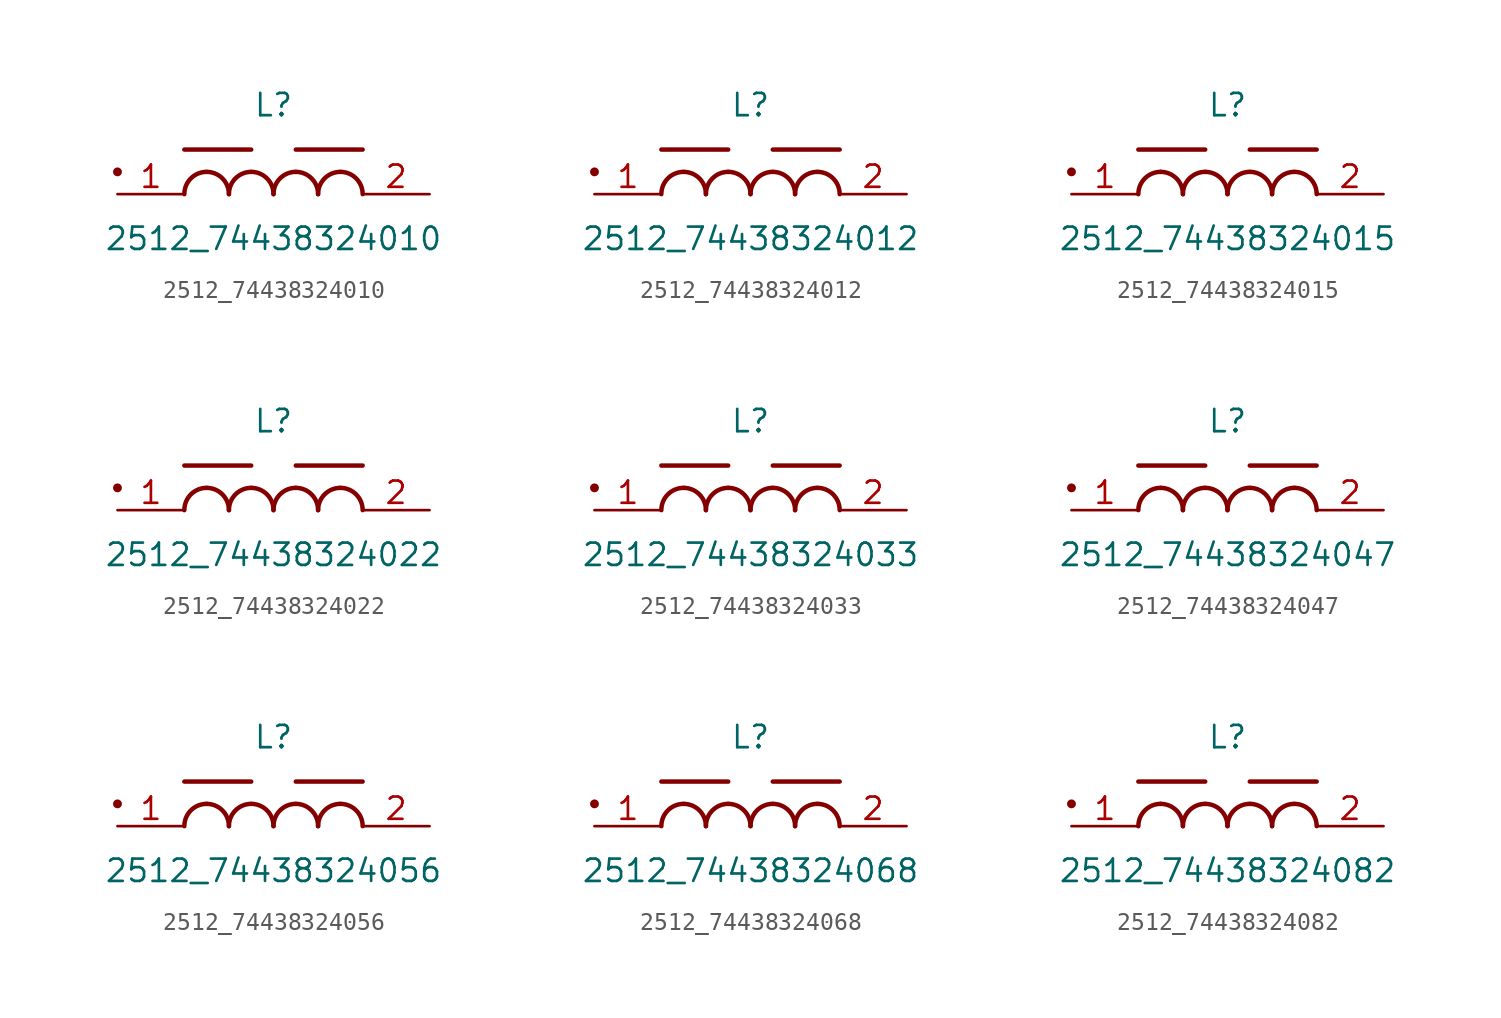
<source format=kicad_sym>
(kicad_symbol_lib
  (version 20211014)
  (generator kicad_symbol_editor)
  (symbol "Inductor_Wurth_WE-MAPI:2512_74438324010"
    (pin_names hide)
    (property "Reference" "L"
      (at 0 5.08 0)
      (effects (font (size 1.27 1.27))))
    (property "Value" "2512_74438324010"
      (at 0 -2.54 0)
      (effects (font (size 1.27 1.27))))
    (symbol "2512_74438324010_0_1"
      (circle (center -8.89 1.27) (radius 0.0001) (stroke (width 0.254)) (stroke (width 0.254) (type default) (color 0 0 0 0)) (fill (type none)))
      (arc (start -3.81 1.27) (mid -4.708 0.898) (end -5.08 0) (stroke (width 0.254) (type default) (color 0 0 0 0)) (fill (type none)))
      (arc (start -2.54 0) (mid -2.912 0.898) (end -3.81 1.27) (stroke (width 0.254) (type default) (color 0 0 0 0)) (fill (type none)))
      (arc (start -1.2699 1.2701) (mid -2.1679 0.8981) (end -2.5399 0.0001) (stroke (width 0.254) (type default) (color 0 0 0 0)) (fill (type none)))
      (polyline (pts (xy -5.08 2.54) (xy -1.27 2.54)) (stroke (width 0.254) (type default) (color 0 0 0 0)) (fill (type none)))
      (polyline (pts (xy 5.08 2.54) (xy 1.27 2.54)) (stroke (width 0.254) (type default) (color 0 0 0 0)) (fill (type none)))
      (arc (start 0.0001 0.0001) (mid -0.3719 0.8981) (end -1.2699 1.2701) (stroke (width 0.254) (type default) (color 0 0 0 0)) (fill (type none)))
      (arc (start 1.2701 1.2701) (mid 0.3721 0.8981) (end 0.0001 0.0001) (stroke (width 0.254) (type default) (color 0 0 0 0)) (fill (type none)))
      (arc (start 2.5401 0.0001) (mid 2.1681 0.8981) (end 1.2701 1.2701) (stroke (width 0.254) (type default) (color 0 0 0 0)) (fill (type none)))
      (arc (start 3.8101 1.2701) (mid 2.9121 0.8981) (end 2.5401 0.0001) (stroke (width 0.254) (type default) (color 0 0 0 0)) (fill (type none)))
      (arc (start 5.0801 0.0001) (mid 4.7081 0.8981) (end 3.8101 1.2701) (stroke (width 0.254) (type default) (color 0 0 0 0)) (fill (type none))))
    (symbol "2512_74438324010_1_1"
      (pin passive line (at -8.89 0 0) (length 3.81) (name "1" (effects (font (size 1.27 1.27)))) (number "1" (effects (font (size 1.27 1.27)))))
      (pin passive line (at 8.89 0 180) (length 3.81) (name "2" (effects (font (size 1.27 1.27)))) (number "2" (effects (font (size 1.27 1.27)))))))
  (symbol "Inductor_Wurth_WE-MAPI:2512_74438324012"
    (pin_names hide)
    (property "Reference" "L"
      (at 0 5.08 0)
      (effects (font (size 1.27 1.27))))
    (property "Value" "2512_74438324012"
      (at 0 -2.54 0)
      (effects (font (size 1.27 1.27))))
    (symbol "2512_74438324012_0_1"
      (circle (center -8.89 1.27) (radius 0.0001) (stroke (width 0.254)) (stroke (width 0.254) (type default) (color 0 0 0 0)) (fill (type none)))
      (arc (start -3.81 1.27) (mid -4.708 0.898) (end -5.08 0) (stroke (width 0.254) (type default) (color 0 0 0 0)) (fill (type none)))
      (arc (start -2.54 0) (mid -2.912 0.898) (end -3.81 1.27) (stroke (width 0.254) (type default) (color 0 0 0 0)) (fill (type none)))
      (arc (start -1.2699 1.2701) (mid -2.1679 0.8981) (end -2.5399 0.0001) (stroke (width 0.254) (type default) (color 0 0 0 0)) (fill (type none)))
      (polyline (pts (xy -5.08 2.54) (xy -1.27 2.54)) (stroke (width 0.254) (type default) (color 0 0 0 0)) (fill (type none)))
      (polyline (pts (xy 5.08 2.54) (xy 1.27 2.54)) (stroke (width 0.254) (type default) (color 0 0 0 0)) (fill (type none)))
      (arc (start 0.0001 0.0001) (mid -0.3719 0.8981) (end -1.2699 1.2701) (stroke (width 0.254) (type default) (color 0 0 0 0)) (fill (type none)))
      (arc (start 1.2701 1.2701) (mid 0.3721 0.8981) (end 0.0001 0.0001) (stroke (width 0.254) (type default) (color 0 0 0 0)) (fill (type none)))
      (arc (start 2.5401 0.0001) (mid 2.1681 0.8981) (end 1.2701 1.2701) (stroke (width 0.254) (type default) (color 0 0 0 0)) (fill (type none)))
      (arc (start 3.8101 1.2701) (mid 2.9121 0.8981) (end 2.5401 0.0001) (stroke (width 0.254) (type default) (color 0 0 0 0)) (fill (type none)))
      (arc (start 5.0801 0.0001) (mid 4.7081 0.8981) (end 3.8101 1.2701) (stroke (width 0.254) (type default) (color 0 0 0 0)) (fill (type none))))
    (symbol "2512_74438324012_1_1"
      (pin passive line (at -8.89 0 0) (length 3.81) (name "1" (effects (font (size 1.27 1.27)))) (number "1" (effects (font (size 1.27 1.27)))))
      (pin passive line (at 8.89 0 180) (length 3.81) (name "2" (effects (font (size 1.27 1.27)))) (number "2" (effects (font (size 1.27 1.27)))))))
  (symbol "Inductor_Wurth_WE-MAPI:2512_74438324015"
    (pin_names hide)
    (property "Reference" "L"
      (at 0 5.08 0)
      (effects (font (size 1.27 1.27))))
    (property "Value" "2512_74438324015"
      (at 0 -2.54 0)
      (effects (font (size 1.27 1.27))))
    (symbol "2512_74438324015_0_1"
      (circle (center -8.89 1.27) (radius 0.0001) (stroke (width 0.254)) (stroke (width 0.254) (type default) (color 0 0 0 0)) (fill (type none)))
      (arc (start -3.81 1.27) (mid -4.708 0.898) (end -5.08 0) (stroke (width 0.254) (type default) (color 0 0 0 0)) (fill (type none)))
      (arc (start -2.54 0) (mid -2.912 0.898) (end -3.81 1.27) (stroke (width 0.254) (type default) (color 0 0 0 0)) (fill (type none)))
      (arc (start -1.2699 1.2701) (mid -2.1679 0.8981) (end -2.5399 0.0001) (stroke (width 0.254) (type default) (color 0 0 0 0)) (fill (type none)))
      (polyline (pts (xy -5.08 2.54) (xy -1.27 2.54)) (stroke (width 0.254) (type default) (color 0 0 0 0)) (fill (type none)))
      (polyline (pts (xy 5.08 2.54) (xy 1.27 2.54)) (stroke (width 0.254) (type default) (color 0 0 0 0)) (fill (type none)))
      (arc (start 0.0001 0.0001) (mid -0.3719 0.8981) (end -1.2699 1.2701) (stroke (width 0.254) (type default) (color 0 0 0 0)) (fill (type none)))
      (arc (start 1.2701 1.2701) (mid 0.3721 0.8981) (end 0.0001 0.0001) (stroke (width 0.254) (type default) (color 0 0 0 0)) (fill (type none)))
      (arc (start 2.5401 0.0001) (mid 2.1681 0.8981) (end 1.2701 1.2701) (stroke (width 0.254) (type default) (color 0 0 0 0)) (fill (type none)))
      (arc (start 3.8101 1.2701) (mid 2.9121 0.8981) (end 2.5401 0.0001) (stroke (width 0.254) (type default) (color 0 0 0 0)) (fill (type none)))
      (arc (start 5.0801 0.0001) (mid 4.7081 0.8981) (end 3.8101 1.2701) (stroke (width 0.254) (type default) (color 0 0 0 0)) (fill (type none))))
    (symbol "2512_74438324015_1_1"
      (pin passive line (at -8.89 0 0) (length 3.81) (name "1" (effects (font (size 1.27 1.27)))) (number "1" (effects (font (size 1.27 1.27)))))
      (pin passive line (at 8.89 0 180) (length 3.81) (name "2" (effects (font (size 1.27 1.27)))) (number "2" (effects (font (size 1.27 1.27)))))))
  (symbol "Inductor_Wurth_WE-MAPI:2512_74438324022"
    (pin_names hide)
    (property "Reference" "L"
      (at 0 5.08 0)
      (effects (font (size 1.27 1.27))))
    (property "Value" "2512_74438324022"
      (at 0 -2.54 0)
      (effects (font (size 1.27 1.27))))
    (symbol "2512_74438324022_0_1"
      (circle (center -8.89 1.27) (radius 0.0001) (stroke (width 0.254)) (stroke (width 0.254) (type default) (color 0 0 0 0)) (fill (type none)))
      (arc (start -3.81 1.27) (mid -4.708 0.898) (end -5.08 0) (stroke (width 0.254) (type default) (color 0 0 0 0)) (fill (type none)))
      (arc (start -2.54 0) (mid -2.912 0.898) (end -3.81 1.27) (stroke (width 0.254) (type default) (color 0 0 0 0)) (fill (type none)))
      (arc (start -1.2699 1.2701) (mid -2.1679 0.8981) (end -2.5399 0.0001) (stroke (width 0.254) (type default) (color 0 0 0 0)) (fill (type none)))
      (polyline (pts (xy -5.08 2.54) (xy -1.27 2.54)) (stroke (width 0.254) (type default) (color 0 0 0 0)) (fill (type none)))
      (polyline (pts (xy 5.08 2.54) (xy 1.27 2.54)) (stroke (width 0.254) (type default) (color 0 0 0 0)) (fill (type none)))
      (arc (start 0.0001 0.0001) (mid -0.3719 0.8981) (end -1.2699 1.2701) (stroke (width 0.254) (type default) (color 0 0 0 0)) (fill (type none)))
      (arc (start 1.2701 1.2701) (mid 0.3721 0.8981) (end 0.0001 0.0001) (stroke (width 0.254) (type default) (color 0 0 0 0)) (fill (type none)))
      (arc (start 2.5401 0.0001) (mid 2.1681 0.8981) (end 1.2701 1.2701) (stroke (width 0.254) (type default) (color 0 0 0 0)) (fill (type none)))
      (arc (start 3.8101 1.2701) (mid 2.9121 0.8981) (end 2.5401 0.0001) (stroke (width 0.254) (type default) (color 0 0 0 0)) (fill (type none)))
      (arc (start 5.0801 0.0001) (mid 4.7081 0.8981) (end 3.8101 1.2701) (stroke (width 0.254) (type default) (color 0 0 0 0)) (fill (type none))))
    (symbol "2512_74438324022_1_1"
      (pin passive line (at -8.89 0 0) (length 3.81) (name "1" (effects (font (size 1.27 1.27)))) (number "1" (effects (font (size 1.27 1.27)))))
      (pin passive line (at 8.89 0 180) (length 3.81) (name "2" (effects (font (size 1.27 1.27)))) (number "2" (effects (font (size 1.27 1.27)))))))
  (symbol "Inductor_Wurth_WE-MAPI:2512_74438324033"
    (pin_names hide)
    (property "Reference" "L"
      (at 0 5.08 0)
      (effects (font (size 1.27 1.27))))
    (property "Value" "2512_74438324033"
      (at 0 -2.54 0)
      (effects (font (size 1.27 1.27))))
    (symbol "2512_74438324033_0_1"
      (circle (center -8.89 1.27) (radius 0.0001) (stroke (width 0.254)) (stroke (width 0.254) (type default) (color 0 0 0 0)) (fill (type none)))
      (arc (start -3.81 1.27) (mid -4.708 0.898) (end -5.08 0) (stroke (width 0.254) (type default) (color 0 0 0 0)) (fill (type none)))
      (arc (start -2.54 0) (mid -2.912 0.898) (end -3.81 1.27) (stroke (width 0.254) (type default) (color 0 0 0 0)) (fill (type none)))
      (arc (start -1.2699 1.2701) (mid -2.1679 0.8981) (end -2.5399 0.0001) (stroke (width 0.254) (type default) (color 0 0 0 0)) (fill (type none)))
      (polyline (pts (xy -5.08 2.54) (xy -1.27 2.54)) (stroke (width 0.254) (type default) (color 0 0 0 0)) (fill (type none)))
      (polyline (pts (xy 5.08 2.54) (xy 1.27 2.54)) (stroke (width 0.254) (type default) (color 0 0 0 0)) (fill (type none)))
      (arc (start 0.0001 0.0001) (mid -0.3719 0.8981) (end -1.2699 1.2701) (stroke (width 0.254) (type default) (color 0 0 0 0)) (fill (type none)))
      (arc (start 1.2701 1.2701) (mid 0.3721 0.8981) (end 0.0001 0.0001) (stroke (width 0.254) (type default) (color 0 0 0 0)) (fill (type none)))
      (arc (start 2.5401 0.0001) (mid 2.1681 0.8981) (end 1.2701 1.2701) (stroke (width 0.254) (type default) (color 0 0 0 0)) (fill (type none)))
      (arc (start 3.8101 1.2701) (mid 2.9121 0.8981) (end 2.5401 0.0001) (stroke (width 0.254) (type default) (color 0 0 0 0)) (fill (type none)))
      (arc (start 5.0801 0.0001) (mid 4.7081 0.8981) (end 3.8101 1.2701) (stroke (width 0.254) (type default) (color 0 0 0 0)) (fill (type none))))
    (symbol "2512_74438324033_1_1"
      (pin passive line (at -8.89 0 0) (length 3.81) (name "1" (effects (font (size 1.27 1.27)))) (number "1" (effects (font (size 1.27 1.27)))))
      (pin passive line (at 8.89 0 180) (length 3.81) (name "2" (effects (font (size 1.27 1.27)))) (number "2" (effects (font (size 1.27 1.27)))))))
  (symbol "Inductor_Wurth_WE-MAPI:2512_74438324047"
    (pin_names hide)
    (property "Reference" "L"
      (at 0 5.08 0)
      (effects (font (size 1.27 1.27))))
    (property "Value" "2512_74438324047"
      (at 0 -2.54 0)
      (effects (font (size 1.27 1.27))))
    (symbol "2512_74438324047_0_1"
      (circle (center -8.89 1.27) (radius 0.0001) (stroke (width 0.254)) (stroke (width 0.254) (type default) (color 0 0 0 0)) (fill (type none)))
      (arc (start -3.81 1.27) (mid -4.708 0.898) (end -5.08 0) (stroke (width 0.254) (type default) (color 0 0 0 0)) (fill (type none)))
      (arc (start -2.54 0) (mid -2.912 0.898) (end -3.81 1.27) (stroke (width 0.254) (type default) (color 0 0 0 0)) (fill (type none)))
      (arc (start -1.2699 1.2701) (mid -2.1679 0.8981) (end -2.5399 0.0001) (stroke (width 0.254) (type default) (color 0 0 0 0)) (fill (type none)))
      (polyline (pts (xy -5.08 2.54) (xy -1.27 2.54)) (stroke (width 0.254) (type default) (color 0 0 0 0)) (fill (type none)))
      (polyline (pts (xy 5.08 2.54) (xy 1.27 2.54)) (stroke (width 0.254) (type default) (color 0 0 0 0)) (fill (type none)))
      (arc (start 0.0001 0.0001) (mid -0.3719 0.8981) (end -1.2699 1.2701) (stroke (width 0.254) (type default) (color 0 0 0 0)) (fill (type none)))
      (arc (start 1.2701 1.2701) (mid 0.3721 0.8981) (end 0.0001 0.0001) (stroke (width 0.254) (type default) (color 0 0 0 0)) (fill (type none)))
      (arc (start 2.5401 0.0001) (mid 2.1681 0.8981) (end 1.2701 1.2701) (stroke (width 0.254) (type default) (color 0 0 0 0)) (fill (type none)))
      (arc (start 3.8101 1.2701) (mid 2.9121 0.8981) (end 2.5401 0.0001) (stroke (width 0.254) (type default) (color 0 0 0 0)) (fill (type none)))
      (arc (start 5.0801 0.0001) (mid 4.7081 0.8981) (end 3.8101 1.2701) (stroke (width 0.254) (type default) (color 0 0 0 0)) (fill (type none))))
    (symbol "2512_74438324047_1_1"
      (pin passive line (at -8.89 0 0) (length 3.81) (name "1" (effects (font (size 1.27 1.27)))) (number "1" (effects (font (size 1.27 1.27)))))
      (pin passive line (at 8.89 0 180) (length 3.81) (name "2" (effects (font (size 1.27 1.27)))) (number "2" (effects (font (size 1.27 1.27)))))))
  (symbol "Inductor_Wurth_WE-MAPI:2512_74438324056"
    (pin_names hide)
    (property "Reference" "L"
      (at 0 5.08 0)
      (effects (font (size 1.27 1.27))))
    (property "Value" "2512_74438324056"
      (at 0 -2.54 0)
      (effects (font (size 1.27 1.27))))
    (symbol "2512_74438324056_0_1"
      (circle (center -8.89 1.27) (radius 0.0001) (stroke (width 0.254)) (stroke (width 0.254) (type default) (color 0 0 0 0)) (fill (type none)))
      (arc (start -3.81 1.27) (mid -4.708 0.898) (end -5.08 0) (stroke (width 0.254) (type default) (color 0 0 0 0)) (fill (type none)))
      (arc (start -2.54 0) (mid -2.912 0.898) (end -3.81 1.27) (stroke (width 0.254) (type default) (color 0 0 0 0)) (fill (type none)))
      (arc (start -1.2699 1.2701) (mid -2.1679 0.8981) (end -2.5399 0.0001) (stroke (width 0.254) (type default) (color 0 0 0 0)) (fill (type none)))
      (polyline (pts (xy -5.08 2.54) (xy -1.27 2.54)) (stroke (width 0.254) (type default) (color 0 0 0 0)) (fill (type none)))
      (polyline (pts (xy 5.08 2.54) (xy 1.27 2.54)) (stroke (width 0.254) (type default) (color 0 0 0 0)) (fill (type none)))
      (arc (start 0.0001 0.0001) (mid -0.3719 0.8981) (end -1.2699 1.2701) (stroke (width 0.254) (type default) (color 0 0 0 0)) (fill (type none)))
      (arc (start 1.2701 1.2701) (mid 0.3721 0.8981) (end 0.0001 0.0001) (stroke (width 0.254) (type default) (color 0 0 0 0)) (fill (type none)))
      (arc (start 2.5401 0.0001) (mid 2.1681 0.8981) (end 1.2701 1.2701) (stroke (width 0.254) (type default) (color 0 0 0 0)) (fill (type none)))
      (arc (start 3.8101 1.2701) (mid 2.9121 0.8981) (end 2.5401 0.0001) (stroke (width 0.254) (type default) (color 0 0 0 0)) (fill (type none)))
      (arc (start 5.0801 0.0001) (mid 4.7081 0.8981) (end 3.8101 1.2701) (stroke (width 0.254) (type default) (color 0 0 0 0)) (fill (type none))))
    (symbol "2512_74438324056_1_1"
      (pin passive line (at -8.89 0 0) (length 3.81) (name "1" (effects (font (size 1.27 1.27)))) (number "1" (effects (font (size 1.27 1.27)))))
      (pin passive line (at 8.89 0 180) (length 3.81) (name "2" (effects (font (size 1.27 1.27)))) (number "2" (effects (font (size 1.27 1.27)))))))
  (symbol "Inductor_Wurth_WE-MAPI:2512_74438324068"
    (pin_names hide)
    (property "Reference" "L"
      (at 0 5.08 0)
      (effects (font (size 1.27 1.27))))
    (property "Value" "2512_74438324068"
      (at 0 -2.54 0)
      (effects (font (size 1.27 1.27))))
    (symbol "2512_74438324068_0_1"
      (circle (center -8.89 1.27) (radius 0.0001) (stroke (width 0.254)) (stroke (width 0.254) (type default) (color 0 0 0 0)) (fill (type none)))
      (arc (start -3.81 1.27) (mid -4.708 0.898) (end -5.08 0) (stroke (width 0.254) (type default) (color 0 0 0 0)) (fill (type none)))
      (arc (start -2.54 0) (mid -2.912 0.898) (end -3.81 1.27) (stroke (width 0.254) (type default) (color 0 0 0 0)) (fill (type none)))
      (arc (start -1.2699 1.2701) (mid -2.1679 0.8981) (end -2.5399 0.0001) (stroke (width 0.254) (type default) (color 0 0 0 0)) (fill (type none)))
      (polyline (pts (xy -5.08 2.54) (xy -1.27 2.54)) (stroke (width 0.254) (type default) (color 0 0 0 0)) (fill (type none)))
      (polyline (pts (xy 5.08 2.54) (xy 1.27 2.54)) (stroke (width 0.254) (type default) (color 0 0 0 0)) (fill (type none)))
      (arc (start 0.0001 0.0001) (mid -0.3719 0.8981) (end -1.2699 1.2701) (stroke (width 0.254) (type default) (color 0 0 0 0)) (fill (type none)))
      (arc (start 1.2701 1.2701) (mid 0.3721 0.8981) (end 0.0001 0.0001) (stroke (width 0.254) (type default) (color 0 0 0 0)) (fill (type none)))
      (arc (start 2.5401 0.0001) (mid 2.1681 0.8981) (end 1.2701 1.2701) (stroke (width 0.254) (type default) (color 0 0 0 0)) (fill (type none)))
      (arc (start 3.8101 1.2701) (mid 2.9121 0.8981) (end 2.5401 0.0001) (stroke (width 0.254) (type default) (color 0 0 0 0)) (fill (type none)))
      (arc (start 5.0801 0.0001) (mid 4.7081 0.8981) (end 3.8101 1.2701) (stroke (width 0.254) (type default) (color 0 0 0 0)) (fill (type none))))
    (symbol "2512_74438324068_1_1"
      (pin passive line (at -8.89 0 0) (length 3.81) (name "1" (effects (font (size 1.27 1.27)))) (number "1" (effects (font (size 1.27 1.27)))))
      (pin passive line (at 8.89 0 180) (length 3.81) (name "2" (effects (font (size 1.27 1.27)))) (number "2" (effects (font (size 1.27 1.27)))))))
  (symbol "Inductor_Wurth_WE-MAPI:2512_74438324082"
    (pin_names hide)
    (property "Reference" "L"
      (at 0 5.08 0)
      (effects (font (size 1.27 1.27))))
    (property "Value" "2512_74438324082"
      (at 0 -2.54 0)
      (effects (font (size 1.27 1.27))))
    (symbol "2512_74438324082_0_1"
      (circle (center -8.89 1.27) (radius 0.0001) (stroke (width 0.254)) (stroke (width 0.254) (type default) (color 0 0 0 0)) (fill (type none)))
      (arc (start -3.81 1.27) (mid -4.708 0.898) (end -5.08 0) (stroke (width 0.254) (type default) (color 0 0 0 0)) (fill (type none)))
      (arc (start -2.54 0) (mid -2.912 0.898) (end -3.81 1.27) (stroke (width 0.254) (type default) (color 0 0 0 0)) (fill (type none)))
      (arc (start -1.2699 1.2701) (mid -2.1679 0.8981) (end -2.5399 0.0001) (stroke (width 0.254) (type default) (color 0 0 0 0)) (fill (type none)))
      (polyline (pts (xy -5.08 2.54) (xy -1.27 2.54)) (stroke (width 0.254) (type default) (color 0 0 0 0)) (fill (type none)))
      (polyline (pts (xy 5.08 2.54) (xy 1.27 2.54)) (stroke (width 0.254) (type default) (color 0 0 0 0)) (fill (type none)))
      (arc (start 0.0001 0.0001) (mid -0.3719 0.8981) (end -1.2699 1.2701) (stroke (width 0.254) (type default) (color 0 0 0 0)) (fill (type none)))
      (arc (start 1.2701 1.2701) (mid 0.3721 0.8981) (end 0.0001 0.0001) (stroke (width 0.254) (type default) (color 0 0 0 0)) (fill (type none)))
      (arc (start 2.5401 0.0001) (mid 2.1681 0.8981) (end 1.2701 1.2701) (stroke (width 0.254) (type default) (color 0 0 0 0)) (fill (type none)))
      (arc (start 3.8101 1.2701) (mid 2.9121 0.8981) (end 2.5401 0.0001) (stroke (width 0.254) (type default) (color 0 0 0 0)) (fill (type none)))
      (arc (start 5.0801 0.0001) (mid 4.7081 0.8981) (end 3.8101 1.2701) (stroke (width 0.254) (type default) (color 0 0 0 0)) (fill (type none))))
    (symbol "2512_74438324082_1_1"
      (pin passive line (at -8.89 0 0) (length 3.81) (name "1" (effects (font (size 1.27 1.27)))) (number "1" (effects (font (size 1.27 1.27)))))
      (pin passive line (at 8.89 0 180) (length 3.81) (name "2" (effects (font (size 1.27 1.27)))) (number "2" (effects (font (size 1.27 1.27))))))))
</source>
